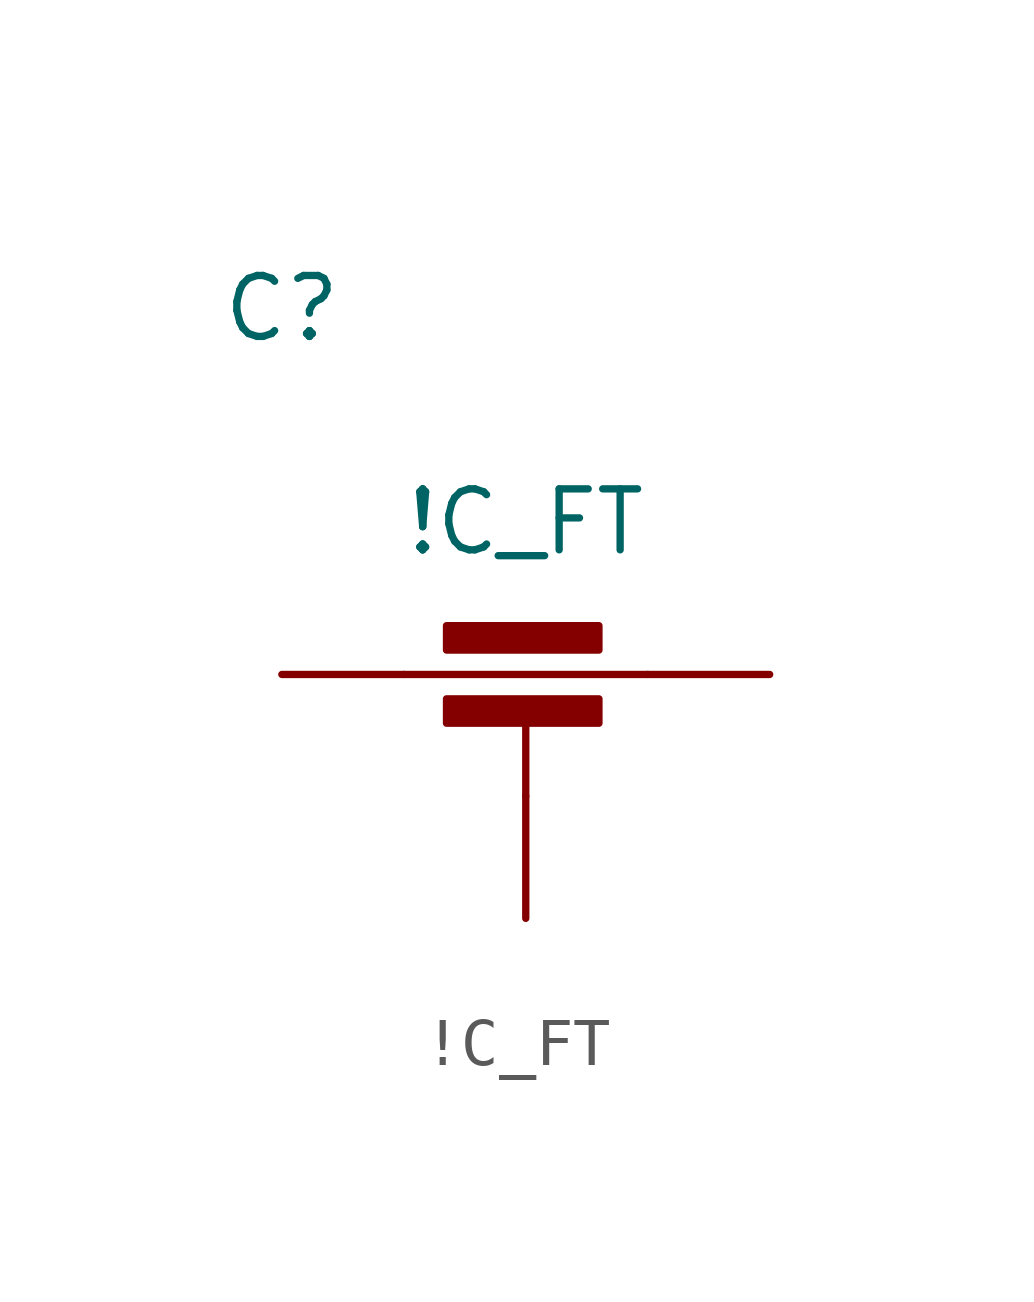
<source format=kicad_sym>
(kicad_symbol_lib
  (version 20241209)
  (generator "kicad_symbol_editor")
  (generator_version "9.0")
  (symbol "!C_FT"
    (pin_numbers
      (hide yes))
    (pin_names
      (offset 0.254)
      (hide yes))
    (property "Reference" "C"
      (at 0 7.62 0)
      (effects (font (size 1.27 1.27))))
    (property "Value" "!C_FT"
      (at 5.08 3.175 0)
      (effects (font (size 1.27 1.27))))
    (symbol "!C_FT_0_1"
      (polyline (pts (xy 2.54 0) (xy 7.62 0)) (stroke (width 0) (type default)) (fill (type none)))
      (rectangle (start 3.429 -1.016) (end 6.604 -0.508) (stroke (width 0) (type default)) (fill (type outline)))
      (polyline (pts (xy 5.08 -2.54) (xy 5.08 -0.762)) (stroke (width 0) (type default)) (fill (type none)))
      (rectangle (start 6.604 0.508) (end 3.429 1.016) (stroke (width 0) (type default)) (fill (type outline))))
    (symbol "!C_FT_1_1"
      (pin passive line (at 0 0 0) (length 2.54) (name "1" (effects (font (size 1.27 1.27)))) (number "1" (effects (font (size 1.27 1.27)))))
      (pin passive line (at 5.08 -5.08 90) (length 2.54) (name "2" (effects (font (size 1.27 1.27)))) (number "2" (effects (font (size 1.27 1.27)))))
      (pin passive line (at 10.16 0 180) (length 2.54) (name "3" (effects (font (size 1.27 1.27)))) (number "3" (effects (font (size 1.27 1.27))))))))
</source>
